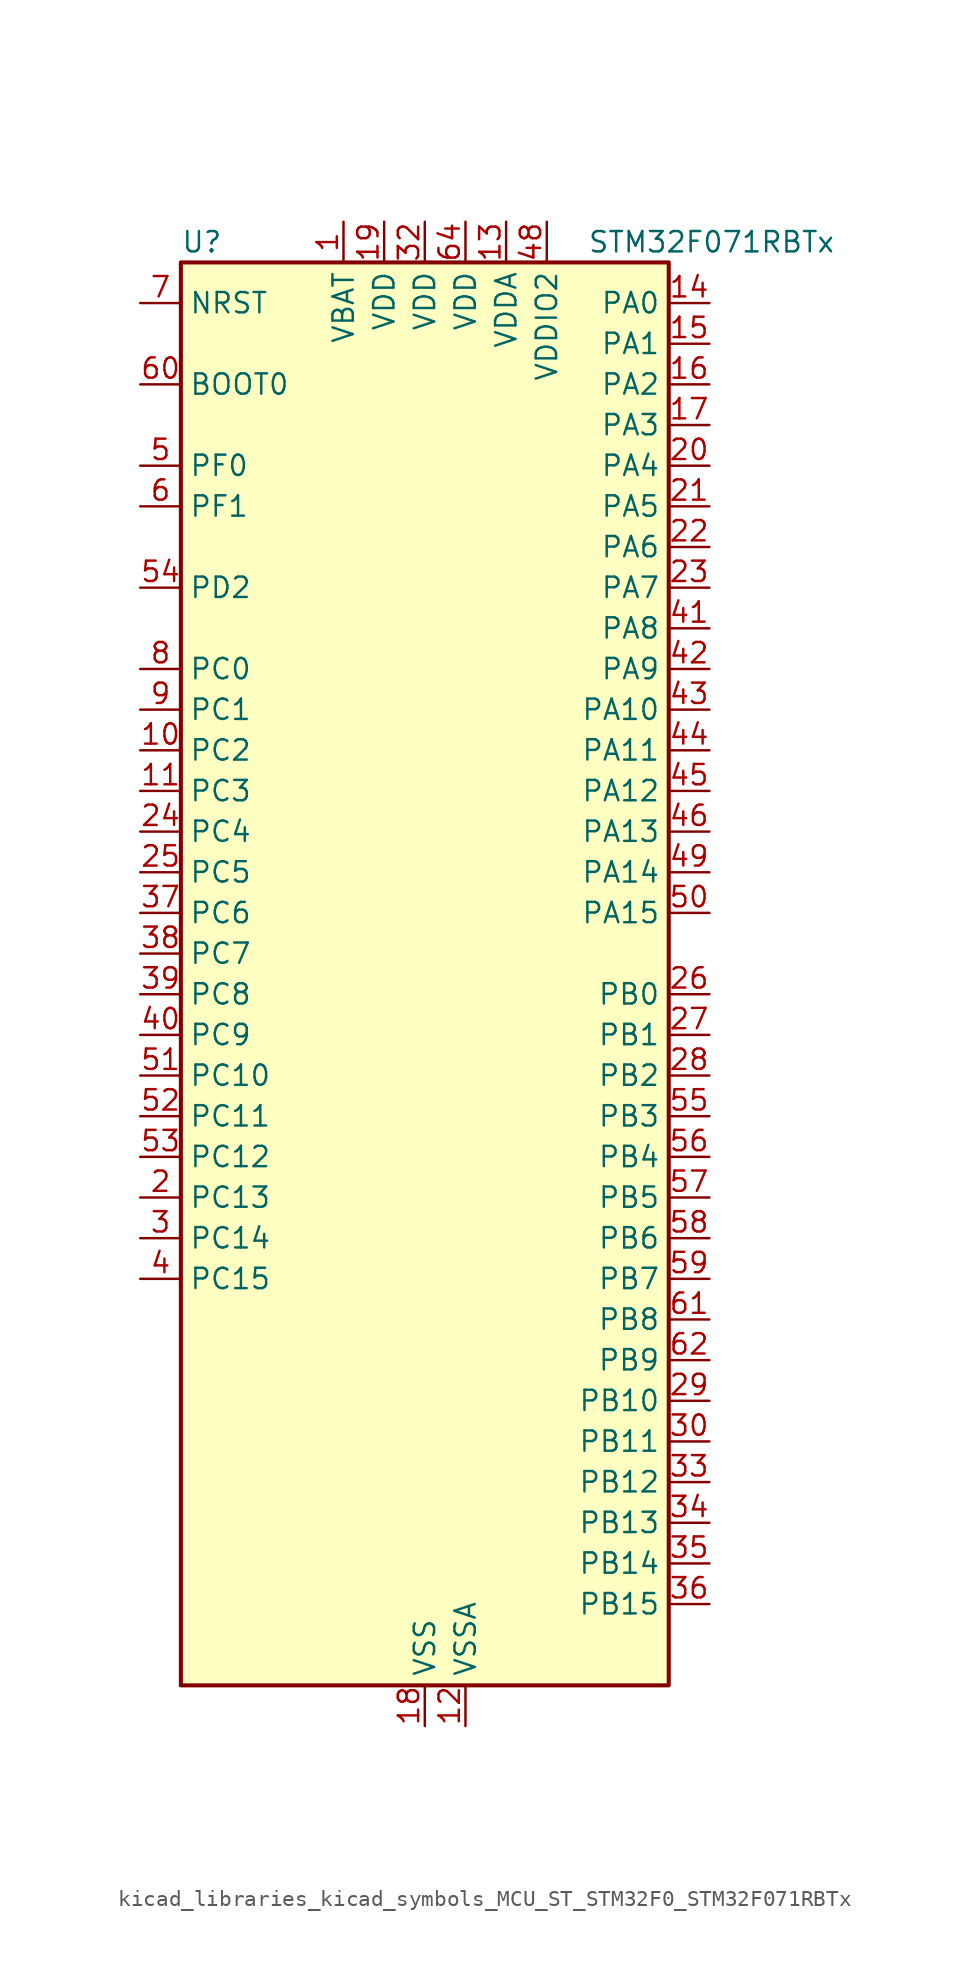
<source format=kicad_sym>
(kicad_symbol_lib
  (version 20220914)
  (generator kicad_symbol_editor)
  (symbol "kicad_libraries_kicad_symbols_MCU_ST_STM32F0_STM32F071RBTx"
    (property "Reference" "U"
      (at -15.24 46.99 0)
      (effects (font (size 1.27 1.27)) (justify left)))
    (property "Value" "STM32F071RBTx"
      (at 10.16 46.99 0)
      (effects (font (size 1.27 1.27)) (justify left)))
    (property "ki_locked" ""
      (at 0 0 0)
      (effects (font (size 1.27 1.27))))
    (symbol "kicad_libraries_kicad_symbols_MCU_ST_STM32F0_STM32F071RBTx_0_1"
      (rectangle (start -15.24 -43.18) (end 15.24 45.72) (stroke (width 0.254) (type default)) (fill (type background))))
    (symbol "kicad_libraries_kicad_symbols_MCU_ST_STM32F0_STM32F071RBTx_1_1"
      (pin power_in line (at -5.08 48.26 270) (length 2.54) (name "VBAT" (effects (font (size 1.27 1.27)))) (number "1" (effects (font (size 1.27 1.27)))))
      (pin bidirectional line (at -17.78 15.24 0) (length 2.54) (name "PC2" (effects (font (size 1.27 1.27)))) (number "10" (effects (font (size 1.27 1.27)))) (alternate "ADC_IN12" bidirectional line) (alternate "I2S2_MCK" bidirectional line) (alternate "SPI2_MISO" bidirectional line))
      (pin bidirectional line (at -17.78 12.7 0) (length 2.54) (name "PC3" (effects (font (size 1.27 1.27)))) (number "11" (effects (font (size 1.27 1.27)))) (alternate "ADC_IN13" bidirectional line) (alternate "I2S2_SD" bidirectional line) (alternate "SPI2_MOSI" bidirectional line))
      (pin power_in line (at 2.54 -45.72 90) (length 2.54) (name "VSSA" (effects (font (size 1.27 1.27)))) (number "12" (effects (font (size 1.27 1.27)))))
      (pin power_in line (at 5.08 48.26 270) (length 2.54) (name "VDDA" (effects (font (size 1.27 1.27)))) (number "13" (effects (font (size 1.27 1.27)))))
      (pin bidirectional line (at 17.78 43.18 180) (length 2.54) (name "PA0" (effects (font (size 1.27 1.27)))) (number "14" (effects (font (size 1.27 1.27)))) (alternate "ADC_IN0" bidirectional line) (alternate "COMP1_INM" bidirectional line) (alternate "COMP1_OUT" bidirectional line) (alternate "RTC_TAMP2" bidirectional line) (alternate "SYS_WKUP1" bidirectional line) (alternate "TIM2_CH1" bidirectional line) (alternate "TIM2_ETR" bidirectional line) (alternate "TSC_G1_IO1" bidirectional line) (alternate "USART2_CTS" bidirectional line) (alternate "USART4_TX" bidirectional line))
      (pin bidirectional line (at 17.78 40.64 180) (length 2.54) (name "PA1" (effects (font (size 1.27 1.27)))) (number "15" (effects (font (size 1.27 1.27)))) (alternate "ADC_IN1" bidirectional line) (alternate "COMP1_INP" bidirectional line) (alternate "TIM15_CH1N" bidirectional line) (alternate "TIM2_CH2" bidirectional line) (alternate "TSC_G1_IO2" bidirectional line) (alternate "USART2_DE" bidirectional line) (alternate "USART2_RTS" bidirectional line) (alternate "USART4_RX" bidirectional line))
      (pin bidirectional line (at 17.78 38.1 180) (length 2.54) (name "PA2" (effects (font (size 1.27 1.27)))) (number "16" (effects (font (size 1.27 1.27)))) (alternate "ADC_IN2" bidirectional line) (alternate "COMP2_INM" bidirectional line) (alternate "COMP2_OUT" bidirectional line) (alternate "SYS_WKUP4" bidirectional line) (alternate "TIM15_CH1" bidirectional line) (alternate "TIM2_CH3" bidirectional line) (alternate "TSC_G1_IO3" bidirectional line) (alternate "USART2_TX" bidirectional line))
      (pin bidirectional line (at 17.78 35.56 180) (length 2.54) (name "PA3" (effects (font (size 1.27 1.27)))) (number "17" (effects (font (size 1.27 1.27)))) (alternate "ADC_IN3" bidirectional line) (alternate "COMP2_INP" bidirectional line) (alternate "TIM15_CH2" bidirectional line) (alternate "TIM2_CH4" bidirectional line) (alternate "TSC_G1_IO4" bidirectional line) (alternate "USART2_RX" bidirectional line))
      (pin power_in line (at 0 -45.72 90) (length 2.54) (name "VSS" (effects (font (size 1.27 1.27)))) (number "18" (effects (font (size 1.27 1.27)))))
      (pin power_in line (at -2.54 48.26 270) (length 2.54) (name "VDD" (effects (font (size 1.27 1.27)))) (number "19" (effects (font (size 1.27 1.27)))))
      (pin bidirectional line (at -17.78 -12.7 0) (length 2.54) (name "PC13" (effects (font (size 1.27 1.27)))) (number "2" (effects (font (size 1.27 1.27)))) (alternate "RTC_OUT_ALARM" bidirectional line) (alternate "RTC_OUT_CALIB" bidirectional line) (alternate "RTC_TAMP1" bidirectional line) (alternate "RTC_TS" bidirectional line) (alternate "SYS_WKUP2" bidirectional line))
      (pin bidirectional line (at 17.78 33.02 180) (length 2.54) (name "PA4" (effects (font (size 1.27 1.27)))) (number "20" (effects (font (size 1.27 1.27)))) (alternate "ADC_IN4" bidirectional line) (alternate "COMP1_INM" bidirectional line) (alternate "COMP2_INM" bidirectional line) (alternate "DAC_OUT1" bidirectional line) (alternate "I2S1_WS" bidirectional line) (alternate "SPI1_NSS" bidirectional line) (alternate "TIM14_CH1" bidirectional line) (alternate "TSC_G2_IO1" bidirectional line) (alternate "USART2_CK" bidirectional line))
      (pin bidirectional line (at 17.78 30.48 180) (length 2.54) (name "PA5" (effects (font (size 1.27 1.27)))) (number "21" (effects (font (size 1.27 1.27)))) (alternate "ADC_IN5" bidirectional line) (alternate "CEC" bidirectional line) (alternate "COMP1_INM" bidirectional line) (alternate "COMP2_INM" bidirectional line) (alternate "DAC_OUT2" bidirectional line) (alternate "I2S1_CK" bidirectional line) (alternate "SPI1_SCK" bidirectional line) (alternate "TIM2_CH1" bidirectional line) (alternate "TIM2_ETR" bidirectional line) (alternate "TSC_G2_IO2" bidirectional line))
      (pin bidirectional line (at 17.78 27.94 180) (length 2.54) (name "PA6" (effects (font (size 1.27 1.27)))) (number "22" (effects (font (size 1.27 1.27)))) (alternate "ADC_IN6" bidirectional line) (alternate "COMP1_OUT" bidirectional line) (alternate "I2S1_MCK" bidirectional line) (alternate "SPI1_MISO" bidirectional line) (alternate "TIM16_CH1" bidirectional line) (alternate "TIM1_BKIN" bidirectional line) (alternate "TIM3_CH1" bidirectional line) (alternate "TSC_G2_IO3" bidirectional line) (alternate "USART3_CTS" bidirectional line))
      (pin bidirectional line (at 17.78 25.4 180) (length 2.54) (name "PA7" (effects (font (size 1.27 1.27)))) (number "23" (effects (font (size 1.27 1.27)))) (alternate "ADC_IN7" bidirectional line) (alternate "COMP2_OUT" bidirectional line) (alternate "I2S1_SD" bidirectional line) (alternate "SPI1_MOSI" bidirectional line) (alternate "TIM14_CH1" bidirectional line) (alternate "TIM17_CH1" bidirectional line) (alternate "TIM1_CH1N" bidirectional line) (alternate "TIM3_CH2" bidirectional line) (alternate "TSC_G2_IO4" bidirectional line))
      (pin bidirectional line (at -17.78 10.16 0) (length 2.54) (name "PC4" (effects (font (size 1.27 1.27)))) (number "24" (effects (font (size 1.27 1.27)))) (alternate "ADC_IN14" bidirectional line) (alternate "USART3_TX" bidirectional line))
      (pin bidirectional line (at -17.78 7.62 0) (length 2.54) (name "PC5" (effects (font (size 1.27 1.27)))) (number "25" (effects (font (size 1.27 1.27)))) (alternate "ADC_IN15" bidirectional line) (alternate "SYS_WKUP5" bidirectional line) (alternate "TSC_G3_IO1" bidirectional line) (alternate "USART3_RX" bidirectional line))
      (pin bidirectional line (at 17.78 0 180) (length 2.54) (name "PB0" (effects (font (size 1.27 1.27)))) (number "26" (effects (font (size 1.27 1.27)))) (alternate "ADC_IN8" bidirectional line) (alternate "TIM1_CH2N" bidirectional line) (alternate "TIM3_CH3" bidirectional line) (alternate "TSC_G3_IO2" bidirectional line) (alternate "USART3_CK" bidirectional line))
      (pin bidirectional line (at 17.78 -2.54 180) (length 2.54) (name "PB1" (effects (font (size 1.27 1.27)))) (number "27" (effects (font (size 1.27 1.27)))) (alternate "ADC_IN9" bidirectional line) (alternate "TIM14_CH1" bidirectional line) (alternate "TIM1_CH3N" bidirectional line) (alternate "TIM3_CH4" bidirectional line) (alternate "TSC_G3_IO3" bidirectional line) (alternate "USART3_DE" bidirectional line) (alternate "USART3_RTS" bidirectional line))
      (pin bidirectional line (at 17.78 -5.08 180) (length 2.54) (name "PB2" (effects (font (size 1.27 1.27)))) (number "28" (effects (font (size 1.27 1.27)))) (alternate "TSC_G3_IO4" bidirectional line))
      (pin bidirectional line (at 17.78 -25.4 180) (length 2.54) (name "PB10" (effects (font (size 1.27 1.27)))) (number "29" (effects (font (size 1.27 1.27)))) (alternate "CEC" bidirectional line) (alternate "I2C2_SCL" bidirectional line) (alternate "I2S2_CK" bidirectional line) (alternate "SPI2_SCK" bidirectional line) (alternate "TIM2_CH3" bidirectional line) (alternate "TSC_SYNC" bidirectional line) (alternate "USART3_TX" bidirectional line))
      (pin bidirectional line (at -17.78 -15.24 0) (length 2.54) (name "PC14" (effects (font (size 1.27 1.27)))) (number "3" (effects (font (size 1.27 1.27)))) (alternate "RCC_OSC32_IN" bidirectional line))
      (pin bidirectional line (at 17.78 -27.94 180) (length 2.54) (name "PB11" (effects (font (size 1.27 1.27)))) (number "30" (effects (font (size 1.27 1.27)))) (alternate "I2C2_SDA" bidirectional line) (alternate "TIM2_CH4" bidirectional line) (alternate "TSC_G6_IO1" bidirectional line) (alternate "USART3_RX" bidirectional line))
      (pin passive line (at 0 -45.72 90) (length 2.54) hide (name "VSS" (effects (font (size 1.27 1.27)))) (number "31" (effects (font (size 1.27 1.27)))))
      (pin power_in line (at 0 48.26 270) (length 2.54) (name "VDD" (effects (font (size 1.27 1.27)))) (number "32" (effects (font (size 1.27 1.27)))))
      (pin bidirectional line (at 17.78 -30.48 180) (length 2.54) (name "PB12" (effects (font (size 1.27 1.27)))) (number "33" (effects (font (size 1.27 1.27)))) (alternate "I2S2_WS" bidirectional line) (alternate "SPI2_NSS" bidirectional line) (alternate "TIM15_BKIN" bidirectional line) (alternate "TIM1_BKIN" bidirectional line) (alternate "TSC_G6_IO2" bidirectional line) (alternate "USART3_CK" bidirectional line))
      (pin bidirectional line (at 17.78 -33.02 180) (length 2.54) (name "PB13" (effects (font (size 1.27 1.27)))) (number "34" (effects (font (size 1.27 1.27)))) (alternate "I2C2_SCL" bidirectional line) (alternate "I2S2_CK" bidirectional line) (alternate "SPI2_SCK" bidirectional line) (alternate "TIM1_CH1N" bidirectional line) (alternate "TSC_G6_IO3" bidirectional line) (alternate "USART3_CTS" bidirectional line))
      (pin bidirectional line (at 17.78 -35.56 180) (length 2.54) (name "PB14" (effects (font (size 1.27 1.27)))) (number "35" (effects (font (size 1.27 1.27)))) (alternate "I2C2_SDA" bidirectional line) (alternate "I2S2_MCK" bidirectional line) (alternate "SPI2_MISO" bidirectional line) (alternate "TIM15_CH1" bidirectional line) (alternate "TIM1_CH2N" bidirectional line) (alternate "TSC_G6_IO4" bidirectional line) (alternate "USART3_DE" bidirectional line) (alternate "USART3_RTS" bidirectional line))
      (pin bidirectional line (at 17.78 -38.1 180) (length 2.54) (name "PB15" (effects (font (size 1.27 1.27)))) (number "36" (effects (font (size 1.27 1.27)))) (alternate "I2S2_SD" bidirectional line) (alternate "RTC_REFIN" bidirectional line) (alternate "SPI2_MOSI" bidirectional line) (alternate "SYS_WKUP7" bidirectional line) (alternate "TIM15_CH1N" bidirectional line) (alternate "TIM15_CH2" bidirectional line) (alternate "TIM1_CH3N" bidirectional line))
      (pin bidirectional line (at -17.78 5.08 0) (length 2.54) (name "PC6" (effects (font (size 1.27 1.27)))) (number "37" (effects (font (size 1.27 1.27)))) (alternate "TIM3_CH1" bidirectional line))
      (pin bidirectional line (at -17.78 2.54 0) (length 2.54) (name "PC7" (effects (font (size 1.27 1.27)))) (number "38" (effects (font (size 1.27 1.27)))) (alternate "TIM3_CH2" bidirectional line))
      (pin bidirectional line (at -17.78 0 0) (length 2.54) (name "PC8" (effects (font (size 1.27 1.27)))) (number "39" (effects (font (size 1.27 1.27)))) (alternate "TIM3_CH3" bidirectional line))
      (pin bidirectional line (at -17.78 -17.78 0) (length 2.54) (name "PC15" (effects (font (size 1.27 1.27)))) (number "4" (effects (font (size 1.27 1.27)))) (alternate "RCC_OSC32_OUT" bidirectional line))
      (pin bidirectional line (at -17.78 -2.54 0) (length 2.54) (name "PC9" (effects (font (size 1.27 1.27)))) (number "40" (effects (font (size 1.27 1.27)))) (alternate "DAC_EXTI9" bidirectional line) (alternate "TIM3_CH4" bidirectional line))
      (pin bidirectional line (at 17.78 22.86 180) (length 2.54) (name "PA8" (effects (font (size 1.27 1.27)))) (number "41" (effects (font (size 1.27 1.27)))) (alternate "CRS_SYNC" bidirectional line) (alternate "RCC_MCO" bidirectional line) (alternate "TIM1_CH1" bidirectional line) (alternate "USART1_CK" bidirectional line))
      (pin bidirectional line (at 17.78 20.32 180) (length 2.54) (name "PA9" (effects (font (size 1.27 1.27)))) (number "42" (effects (font (size 1.27 1.27)))) (alternate "DAC_EXTI9" bidirectional line) (alternate "TIM15_BKIN" bidirectional line) (alternate "TIM1_CH2" bidirectional line) (alternate "TSC_G4_IO1" bidirectional line) (alternate "USART1_TX" bidirectional line))
      (pin bidirectional line (at 17.78 17.78 180) (length 2.54) (name "PA10" (effects (font (size 1.27 1.27)))) (number "43" (effects (font (size 1.27 1.27)))) (alternate "TIM17_BKIN" bidirectional line) (alternate "TIM1_CH3" bidirectional line) (alternate "TSC_G4_IO2" bidirectional line) (alternate "USART1_RX" bidirectional line))
      (pin bidirectional line (at 17.78 15.24 180) (length 2.54) (name "PA11" (effects (font (size 1.27 1.27)))) (number "44" (effects (font (size 1.27 1.27)))) (alternate "COMP1_OUT" bidirectional line) (alternate "TIM1_CH4" bidirectional line) (alternate "TSC_G4_IO3" bidirectional line) (alternate "USART1_CTS" bidirectional line))
      (pin bidirectional line (at 17.78 12.7 180) (length 2.54) (name "PA12" (effects (font (size 1.27 1.27)))) (number "45" (effects (font (size 1.27 1.27)))) (alternate "COMP2_OUT" bidirectional line) (alternate "TIM1_ETR" bidirectional line) (alternate "TSC_G4_IO4" bidirectional line) (alternate "USART1_DE" bidirectional line) (alternate "USART1_RTS" bidirectional line))
      (pin bidirectional line (at 17.78 10.16 180) (length 2.54) (name "PA13" (effects (font (size 1.27 1.27)))) (number "46" (effects (font (size 1.27 1.27)))) (alternate "IR_OUT" bidirectional line) (alternate "SYS_SWDIO" bidirectional line))
      (pin passive line (at 0 -45.72 90) (length 2.54) hide (name "VSS" (effects (font (size 1.27 1.27)))) (number "47" (effects (font (size 1.27 1.27)))))
      (pin power_in line (at 7.62 48.26 270) (length 2.54) (name "VDDIO2" (effects (font (size 1.27 1.27)))) (number "48" (effects (font (size 1.27 1.27)))))
      (pin bidirectional line (at 17.78 7.62 180) (length 2.54) (name "PA14" (effects (font (size 1.27 1.27)))) (number "49" (effects (font (size 1.27 1.27)))) (alternate "SYS_SWCLK" bidirectional line) (alternate "USART2_TX" bidirectional line))
      (pin bidirectional line (at -17.78 33.02 0) (length 2.54) (name "PF0" (effects (font (size 1.27 1.27)))) (number "5" (effects (font (size 1.27 1.27)))) (alternate "CRS_SYNC" bidirectional line) (alternate "RCC_OSC_IN" bidirectional line))
      (pin bidirectional line (at 17.78 5.08 180) (length 2.54) (name "PA15" (effects (font (size 1.27 1.27)))) (number "50" (effects (font (size 1.27 1.27)))) (alternate "I2S1_WS" bidirectional line) (alternate "SPI1_NSS" bidirectional line) (alternate "TIM2_CH1" bidirectional line) (alternate "TIM2_ETR" bidirectional line) (alternate "USART2_RX" bidirectional line) (alternate "USART4_DE" bidirectional line) (alternate "USART4_RTS" bidirectional line))
      (pin bidirectional line (at -17.78 -5.08 0) (length 2.54) (name "PC10" (effects (font (size 1.27 1.27)))) (number "51" (effects (font (size 1.27 1.27)))) (alternate "USART3_TX" bidirectional line) (alternate "USART4_TX" bidirectional line))
      (pin bidirectional line (at -17.78 -7.62 0) (length 2.54) (name "PC11" (effects (font (size 1.27 1.27)))) (number "52" (effects (font (size 1.27 1.27)))) (alternate "USART3_RX" bidirectional line) (alternate "USART4_RX" bidirectional line))
      (pin bidirectional line (at -17.78 -10.16 0) (length 2.54) (name "PC12" (effects (font (size 1.27 1.27)))) (number "53" (effects (font (size 1.27 1.27)))) (alternate "USART3_CK" bidirectional line) (alternate "USART4_CK" bidirectional line))
      (pin bidirectional line (at -17.78 25.4 0) (length 2.54) (name "PD2" (effects (font (size 1.27 1.27)))) (number "54" (effects (font (size 1.27 1.27)))) (alternate "TIM3_ETR" bidirectional line) (alternate "USART3_DE" bidirectional line) (alternate "USART3_RTS" bidirectional line))
      (pin bidirectional line (at 17.78 -7.62 180) (length 2.54) (name "PB3" (effects (font (size 1.27 1.27)))) (number "55" (effects (font (size 1.27 1.27)))) (alternate "I2S1_CK" bidirectional line) (alternate "SPI1_SCK" bidirectional line) (alternate "TIM2_CH2" bidirectional line) (alternate "TSC_G5_IO1" bidirectional line))
      (pin bidirectional line (at 17.78 -10.16 180) (length 2.54) (name "PB4" (effects (font (size 1.27 1.27)))) (number "56" (effects (font (size 1.27 1.27)))) (alternate "I2S1_MCK" bidirectional line) (alternate "SPI1_MISO" bidirectional line) (alternate "TIM17_BKIN" bidirectional line) (alternate "TIM3_CH1" bidirectional line) (alternate "TSC_G5_IO2" bidirectional line))
      (pin bidirectional line (at 17.78 -12.7 180) (length 2.54) (name "PB5" (effects (font (size 1.27 1.27)))) (number "57" (effects (font (size 1.27 1.27)))) (alternate "I2C1_SMBA" bidirectional line) (alternate "I2S1_SD" bidirectional line) (alternate "SPI1_MOSI" bidirectional line) (alternate "SYS_WKUP6" bidirectional line) (alternate "TIM16_BKIN" bidirectional line) (alternate "TIM3_CH2" bidirectional line))
      (pin bidirectional line (at 17.78 -15.24 180) (length 2.54) (name "PB6" (effects (font (size 1.27 1.27)))) (number "58" (effects (font (size 1.27 1.27)))) (alternate "I2C1_SCL" bidirectional line) (alternate "TIM16_CH1N" bidirectional line) (alternate "TSC_G5_IO3" bidirectional line) (alternate "USART1_TX" bidirectional line))
      (pin bidirectional line (at 17.78 -17.78 180) (length 2.54) (name "PB7" (effects (font (size 1.27 1.27)))) (number "59" (effects (font (size 1.27 1.27)))) (alternate "I2C1_SDA" bidirectional line) (alternate "TIM17_CH1N" bidirectional line) (alternate "TSC_G5_IO4" bidirectional line) (alternate "USART1_RX" bidirectional line) (alternate "USART4_CTS" bidirectional line))
      (pin bidirectional line (at -17.78 30.48 0) (length 2.54) (name "PF1" (effects (font (size 1.27 1.27)))) (number "6" (effects (font (size 1.27 1.27)))) (alternate "RCC_OSC_OUT" bidirectional line))
      (pin input line (at -17.78 38.1 0) (length 2.54) (name "BOOT0" (effects (font (size 1.27 1.27)))) (number "60" (effects (font (size 1.27 1.27)))))
      (pin bidirectional line (at 17.78 -20.32 180) (length 2.54) (name "PB8" (effects (font (size 1.27 1.27)))) (number "61" (effects (font (size 1.27 1.27)))) (alternate "CEC" bidirectional line) (alternate "I2C1_SCL" bidirectional line) (alternate "TIM16_CH1" bidirectional line) (alternate "TSC_SYNC" bidirectional line))
      (pin bidirectional line (at 17.78 -22.86 180) (length 2.54) (name "PB9" (effects (font (size 1.27 1.27)))) (number "62" (effects (font (size 1.27 1.27)))) (alternate "DAC_EXTI9" bidirectional line) (alternate "I2C1_SDA" bidirectional line) (alternate "I2S2_WS" bidirectional line) (alternate "IR_OUT" bidirectional line) (alternate "SPI2_NSS" bidirectional line) (alternate "TIM17_CH1" bidirectional line))
      (pin passive line (at 0 -45.72 90) (length 2.54) hide (name "VSS" (effects (font (size 1.27 1.27)))) (number "63" (effects (font (size 1.27 1.27)))))
      (pin power_in line (at 2.54 48.26 270) (length 2.54) (name "VDD" (effects (font (size 1.27 1.27)))) (number "64" (effects (font (size 1.27 1.27)))))
      (pin input line (at -17.78 43.18 0) (length 2.54) (name "NRST" (effects (font (size 1.27 1.27)))) (number "7" (effects (font (size 1.27 1.27)))))
      (pin bidirectional line (at -17.78 20.32 0) (length 2.54) (name "PC0" (effects (font (size 1.27 1.27)))) (number "8" (effects (font (size 1.27 1.27)))) (alternate "ADC_IN10" bidirectional line))
      (pin bidirectional line (at -17.78 17.78 0) (length 2.54) (name "PC1" (effects (font (size 1.27 1.27)))) (number "9" (effects (font (size 1.27 1.27)))) (alternate "ADC_IN11" bidirectional line)))))
</source>
